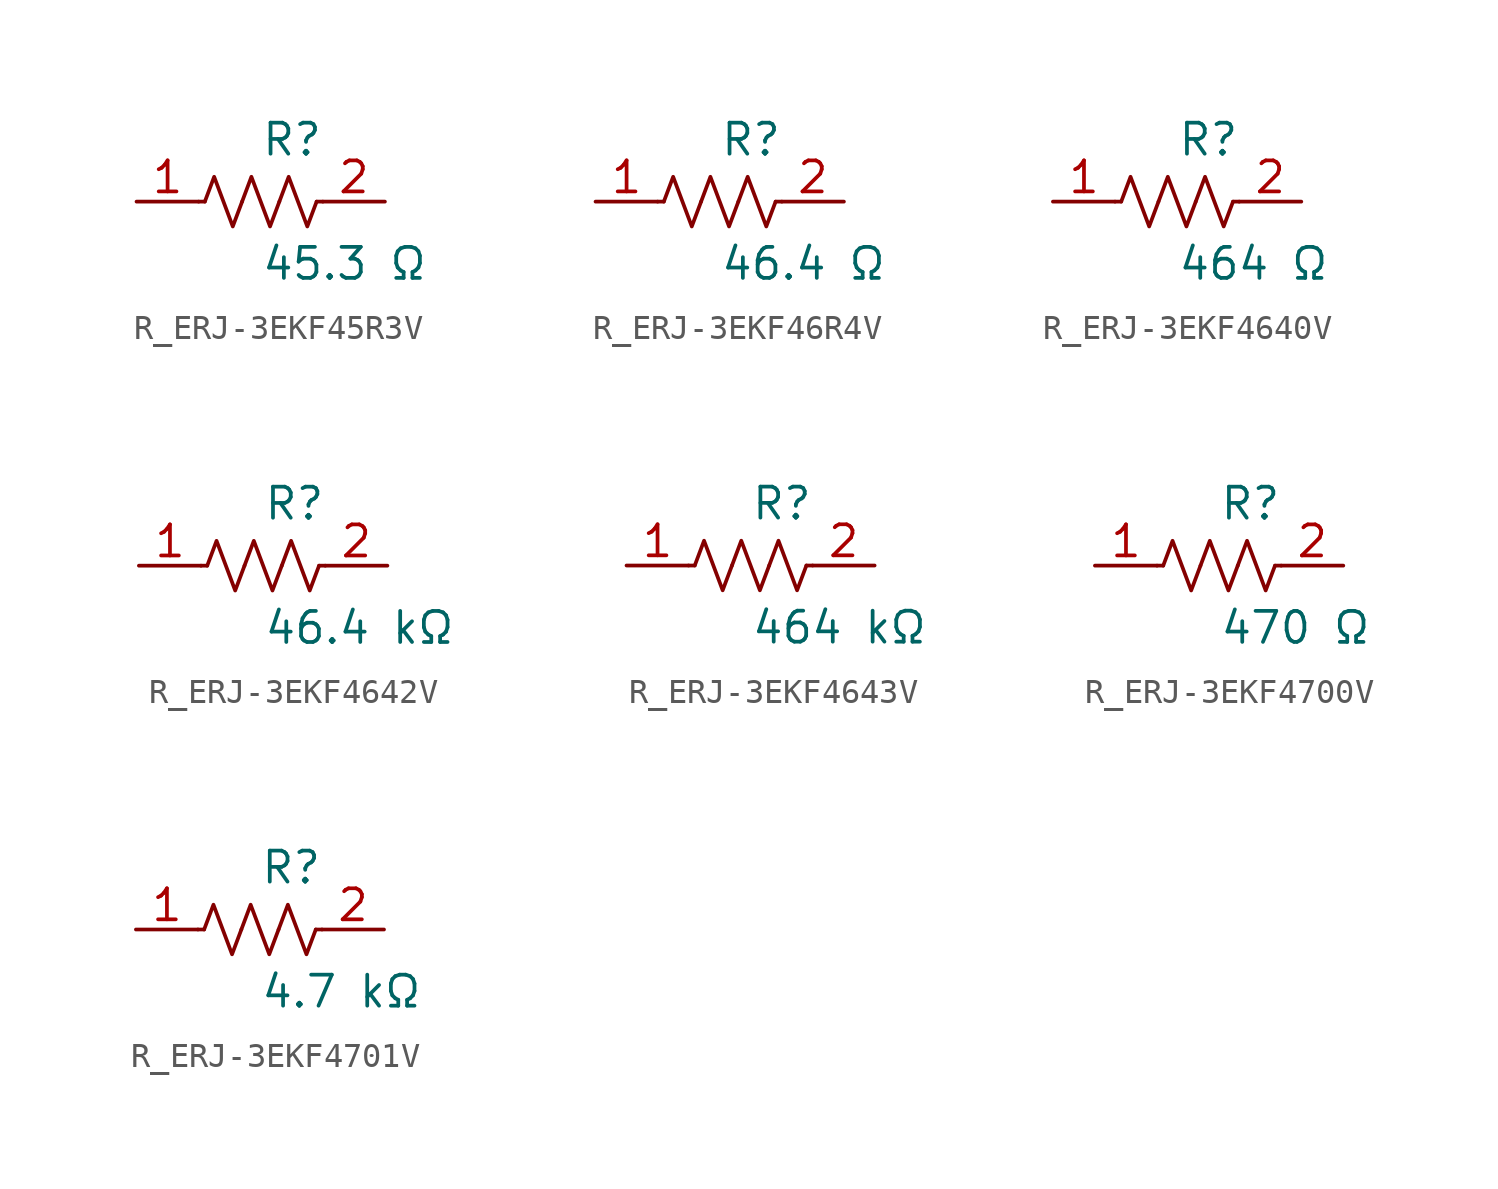
<source format=kicad_sym>
(kicad_symbol_lib
  (version 20231120)
  (generator kicad_symbol_editor)
  (generator_version 8.0)
  (symbol "R_ERJ-3EKF45R3V"
    (pin_names
      (offset 0.254))
    (property "Reference" "R"
      (at 0.0 2.54 0)
      (effects (font (size 1.27 1.27)) (justify left)))
    (property "Value" "45.3 Ω"
      (at 0.0 -2.54 0)
      (effects (font (size 1.27 1.27)) (justify left)))
    (symbol "R_ERJ-3EKF45R3V_0_1"
      (polyline (pts (xy 2.286 0) (xy 2.54 0)) (stroke (width 0) (type default)) (fill (type none)))
      (polyline (pts (xy -2.286 0) (xy -2.54 0)) (stroke (width 0) (type default)) (fill (type none)))
      (polyline (pts (xy 0.762 0) (xy 1.143 1.016) (xy 1.524 0) (xy 1.905 -1.016) (xy 2.286 0)) (stroke (width 0) (type default)) (fill (type none)))
      (polyline (pts (xy -0.762 0) (xy -0.381 1.016) (xy 0 0) (xy 0.381 -1.016) (xy 0.762 0)) (stroke (width 0) (type default)) (fill (type none)))
      (polyline (pts (xy -2.286 0) (xy -1.905 1.016) (xy -1.524 0) (xy -1.143 -1.016) (xy -0.762 0)) (stroke (width 0) (type default)) (fill (type none))))
    (pin unspecified line
      (at -5.08 0 0)
      (length 2.54)
      (name "" (effects (font (size 1.27 1.27))))
      (number "1" (effects (font (size 1.27 1.27)))))
    (pin unspecified line
      (at 5.08 0 180)
      (length 2.54)
      (name "" (effects (font (size 1.27 1.27))))
      (number "2" (effects (font (size 1.27 1.27))))))
  (symbol "R_ERJ-3EKF46R4V"
    (pin_names
      (offset 0.254))
    (property "Reference" "R"
      (at 0.0 2.54 0)
      (effects (font (size 1.27 1.27)) (justify left)))
    (property "Value" "46.4 Ω"
      (at 0.0 -2.54 0)
      (effects (font (size 1.27 1.27)) (justify left)))
    (symbol "R_ERJ-3EKF46R4V_0_1"
      (polyline (pts (xy 2.286 0) (xy 2.54 0)) (stroke (width 0) (type default)) (fill (type none)))
      (polyline (pts (xy -2.286 0) (xy -2.54 0)) (stroke (width 0) (type default)) (fill (type none)))
      (polyline (pts (xy 0.762 0) (xy 1.143 1.016) (xy 1.524 0) (xy 1.905 -1.016) (xy 2.286 0)) (stroke (width 0) (type default)) (fill (type none)))
      (polyline (pts (xy -0.762 0) (xy -0.381 1.016) (xy 0 0) (xy 0.381 -1.016) (xy 0.762 0)) (stroke (width 0) (type default)) (fill (type none)))
      (polyline (pts (xy -2.286 0) (xy -1.905 1.016) (xy -1.524 0) (xy -1.143 -1.016) (xy -0.762 0)) (stroke (width 0) (type default)) (fill (type none))))
    (pin unspecified line
      (at -5.08 0 0)
      (length 2.54)
      (name "" (effects (font (size 1.27 1.27))))
      (number "1" (effects (font (size 1.27 1.27)))))
    (pin unspecified line
      (at 5.08 0 180)
      (length 2.54)
      (name "" (effects (font (size 1.27 1.27))))
      (number "2" (effects (font (size 1.27 1.27))))))
  (symbol "R_ERJ-3EKF4640V"
    (pin_names
      (offset 0.254))
    (property "Reference" "R"
      (at 0.0 2.54 0)
      (effects (font (size 1.27 1.27)) (justify left)))
    (property "Value" "464 Ω"
      (at 0.0 -2.54 0)
      (effects (font (size 1.27 1.27)) (justify left)))
    (symbol "R_ERJ-3EKF4640V_0_1"
      (polyline (pts (xy 2.286 0) (xy 2.54 0)) (stroke (width 0) (type default)) (fill (type none)))
      (polyline (pts (xy -2.286 0) (xy -2.54 0)) (stroke (width 0) (type default)) (fill (type none)))
      (polyline (pts (xy 0.762 0) (xy 1.143 1.016) (xy 1.524 0) (xy 1.905 -1.016) (xy 2.286 0)) (stroke (width 0) (type default)) (fill (type none)))
      (polyline (pts (xy -0.762 0) (xy -0.381 1.016) (xy 0 0) (xy 0.381 -1.016) (xy 0.762 0)) (stroke (width 0) (type default)) (fill (type none)))
      (polyline (pts (xy -2.286 0) (xy -1.905 1.016) (xy -1.524 0) (xy -1.143 -1.016) (xy -0.762 0)) (stroke (width 0) (type default)) (fill (type none))))
    (pin unspecified line
      (at -5.08 0 0)
      (length 2.54)
      (name "" (effects (font (size 1.27 1.27))))
      (number "1" (effects (font (size 1.27 1.27)))))
    (pin unspecified line
      (at 5.08 0 180)
      (length 2.54)
      (name "" (effects (font (size 1.27 1.27))))
      (number "2" (effects (font (size 1.27 1.27))))))
  (symbol "R_ERJ-3EKF4642V"
    (pin_names
      (offset 0.254))
    (property "Reference" "R"
      (at 0.0 2.54 0)
      (effects (font (size 1.27 1.27)) (justify left)))
    (property "Value" "46.4 kΩ"
      (at 0.0 -2.54 0)
      (effects (font (size 1.27 1.27)) (justify left)))
    (symbol "R_ERJ-3EKF4642V_0_1"
      (polyline (pts (xy 2.286 0) (xy 2.54 0)) (stroke (width 0) (type default)) (fill (type none)))
      (polyline (pts (xy -2.286 0) (xy -2.54 0)) (stroke (width 0) (type default)) (fill (type none)))
      (polyline (pts (xy 0.762 0) (xy 1.143 1.016) (xy 1.524 0) (xy 1.905 -1.016) (xy 2.286 0)) (stroke (width 0) (type default)) (fill (type none)))
      (polyline (pts (xy -0.762 0) (xy -0.381 1.016) (xy 0 0) (xy 0.381 -1.016) (xy 0.762 0)) (stroke (width 0) (type default)) (fill (type none)))
      (polyline (pts (xy -2.286 0) (xy -1.905 1.016) (xy -1.524 0) (xy -1.143 -1.016) (xy -0.762 0)) (stroke (width 0) (type default)) (fill (type none))))
    (pin unspecified line
      (at -5.08 0 0)
      (length 2.54)
      (name "" (effects (font (size 1.27 1.27))))
      (number "1" (effects (font (size 1.27 1.27)))))
    (pin unspecified line
      (at 5.08 0 180)
      (length 2.54)
      (name "" (effects (font (size 1.27 1.27))))
      (number "2" (effects (font (size 1.27 1.27))))))
  (symbol "R_ERJ-3EKF4643V"
    (pin_names
      (offset 0.254))
    (property "Reference" "R"
      (at 0.0 2.54 0)
      (effects (font (size 1.27 1.27)) (justify left)))
    (property "Value" "464 kΩ"
      (at 0.0 -2.54 0)
      (effects (font (size 1.27 1.27)) (justify left)))
    (symbol "R_ERJ-3EKF4643V_0_1"
      (polyline (pts (xy 2.286 0) (xy 2.54 0)) (stroke (width 0) (type default)) (fill (type none)))
      (polyline (pts (xy -2.286 0) (xy -2.54 0)) (stroke (width 0) (type default)) (fill (type none)))
      (polyline (pts (xy 0.762 0) (xy 1.143 1.016) (xy 1.524 0) (xy 1.905 -1.016) (xy 2.286 0)) (stroke (width 0) (type default)) (fill (type none)))
      (polyline (pts (xy -0.762 0) (xy -0.381 1.016) (xy 0 0) (xy 0.381 -1.016) (xy 0.762 0)) (stroke (width 0) (type default)) (fill (type none)))
      (polyline (pts (xy -2.286 0) (xy -1.905 1.016) (xy -1.524 0) (xy -1.143 -1.016) (xy -0.762 0)) (stroke (width 0) (type default)) (fill (type none))))
    (pin unspecified line
      (at -5.08 0 0)
      (length 2.54)
      (name "" (effects (font (size 1.27 1.27))))
      (number "1" (effects (font (size 1.27 1.27)))))
    (pin unspecified line
      (at 5.08 0 180)
      (length 2.54)
      (name "" (effects (font (size 1.27 1.27))))
      (number "2" (effects (font (size 1.27 1.27))))))
  (symbol "R_ERJ-3EKF4700V"
    (pin_names
      (offset 0.254))
    (property "Reference" "R"
      (at 0.0 2.54 0)
      (effects (font (size 1.27 1.27)) (justify left)))
    (property "Value" "470 Ω"
      (at 0.0 -2.54 0)
      (effects (font (size 1.27 1.27)) (justify left)))
    (symbol "R_ERJ-3EKF4700V_0_1"
      (polyline (pts (xy 2.286 0) (xy 2.54 0)) (stroke (width 0) (type default)) (fill (type none)))
      (polyline (pts (xy -2.286 0) (xy -2.54 0)) (stroke (width 0) (type default)) (fill (type none)))
      (polyline (pts (xy 0.762 0) (xy 1.143 1.016) (xy 1.524 0) (xy 1.905 -1.016) (xy 2.286 0)) (stroke (width 0) (type default)) (fill (type none)))
      (polyline (pts (xy -0.762 0) (xy -0.381 1.016) (xy 0 0) (xy 0.381 -1.016) (xy 0.762 0)) (stroke (width 0) (type default)) (fill (type none)))
      (polyline (pts (xy -2.286 0) (xy -1.905 1.016) (xy -1.524 0) (xy -1.143 -1.016) (xy -0.762 0)) (stroke (width 0) (type default)) (fill (type none))))
    (pin unspecified line
      (at -5.08 0 0)
      (length 2.54)
      (name "" (effects (font (size 1.27 1.27))))
      (number "1" (effects (font (size 1.27 1.27)))))
    (pin unspecified line
      (at 5.08 0 180)
      (length 2.54)
      (name "" (effects (font (size 1.27 1.27))))
      (number "2" (effects (font (size 1.27 1.27))))))
  (symbol "R_ERJ-3EKF4701V"
    (pin_names
      (offset 0.254))
    (property "Reference" "R"
      (at 0.0 2.54 0)
      (effects (font (size 1.27 1.27)) (justify left)))
    (property "Value" "4.7 kΩ"
      (at 0.0 -2.54 0)
      (effects (font (size 1.27 1.27)) (justify left)))
    (symbol "R_ERJ-3EKF4701V_0_1"
      (polyline (pts (xy 2.286 0) (xy 2.54 0)) (stroke (width 0) (type default)) (fill (type none)))
      (polyline (pts (xy -2.286 0) (xy -2.54 0)) (stroke (width 0) (type default)) (fill (type none)))
      (polyline (pts (xy 0.762 0) (xy 1.143 1.016) (xy 1.524 0) (xy 1.905 -1.016) (xy 2.286 0)) (stroke (width 0) (type default)) (fill (type none)))
      (polyline (pts (xy -0.762 0) (xy -0.381 1.016) (xy 0 0) (xy 0.381 -1.016) (xy 0.762 0)) (stroke (width 0) (type default)) (fill (type none)))
      (polyline (pts (xy -2.286 0) (xy -1.905 1.016) (xy -1.524 0) (xy -1.143 -1.016) (xy -0.762 0)) (stroke (width 0) (type default)) (fill (type none))))
    (pin unspecified line
      (at -5.08 0 0)
      (length 2.54)
      (name "" (effects (font (size 1.27 1.27))))
      (number "1" (effects (font (size 1.27 1.27)))))
    (pin unspecified line
      (at 5.08 0 180)
      (length 2.54)
      (name "" (effects (font (size 1.27 1.27))))
      (number "2" (effects (font (size 1.27 1.27)))))))
</source>
